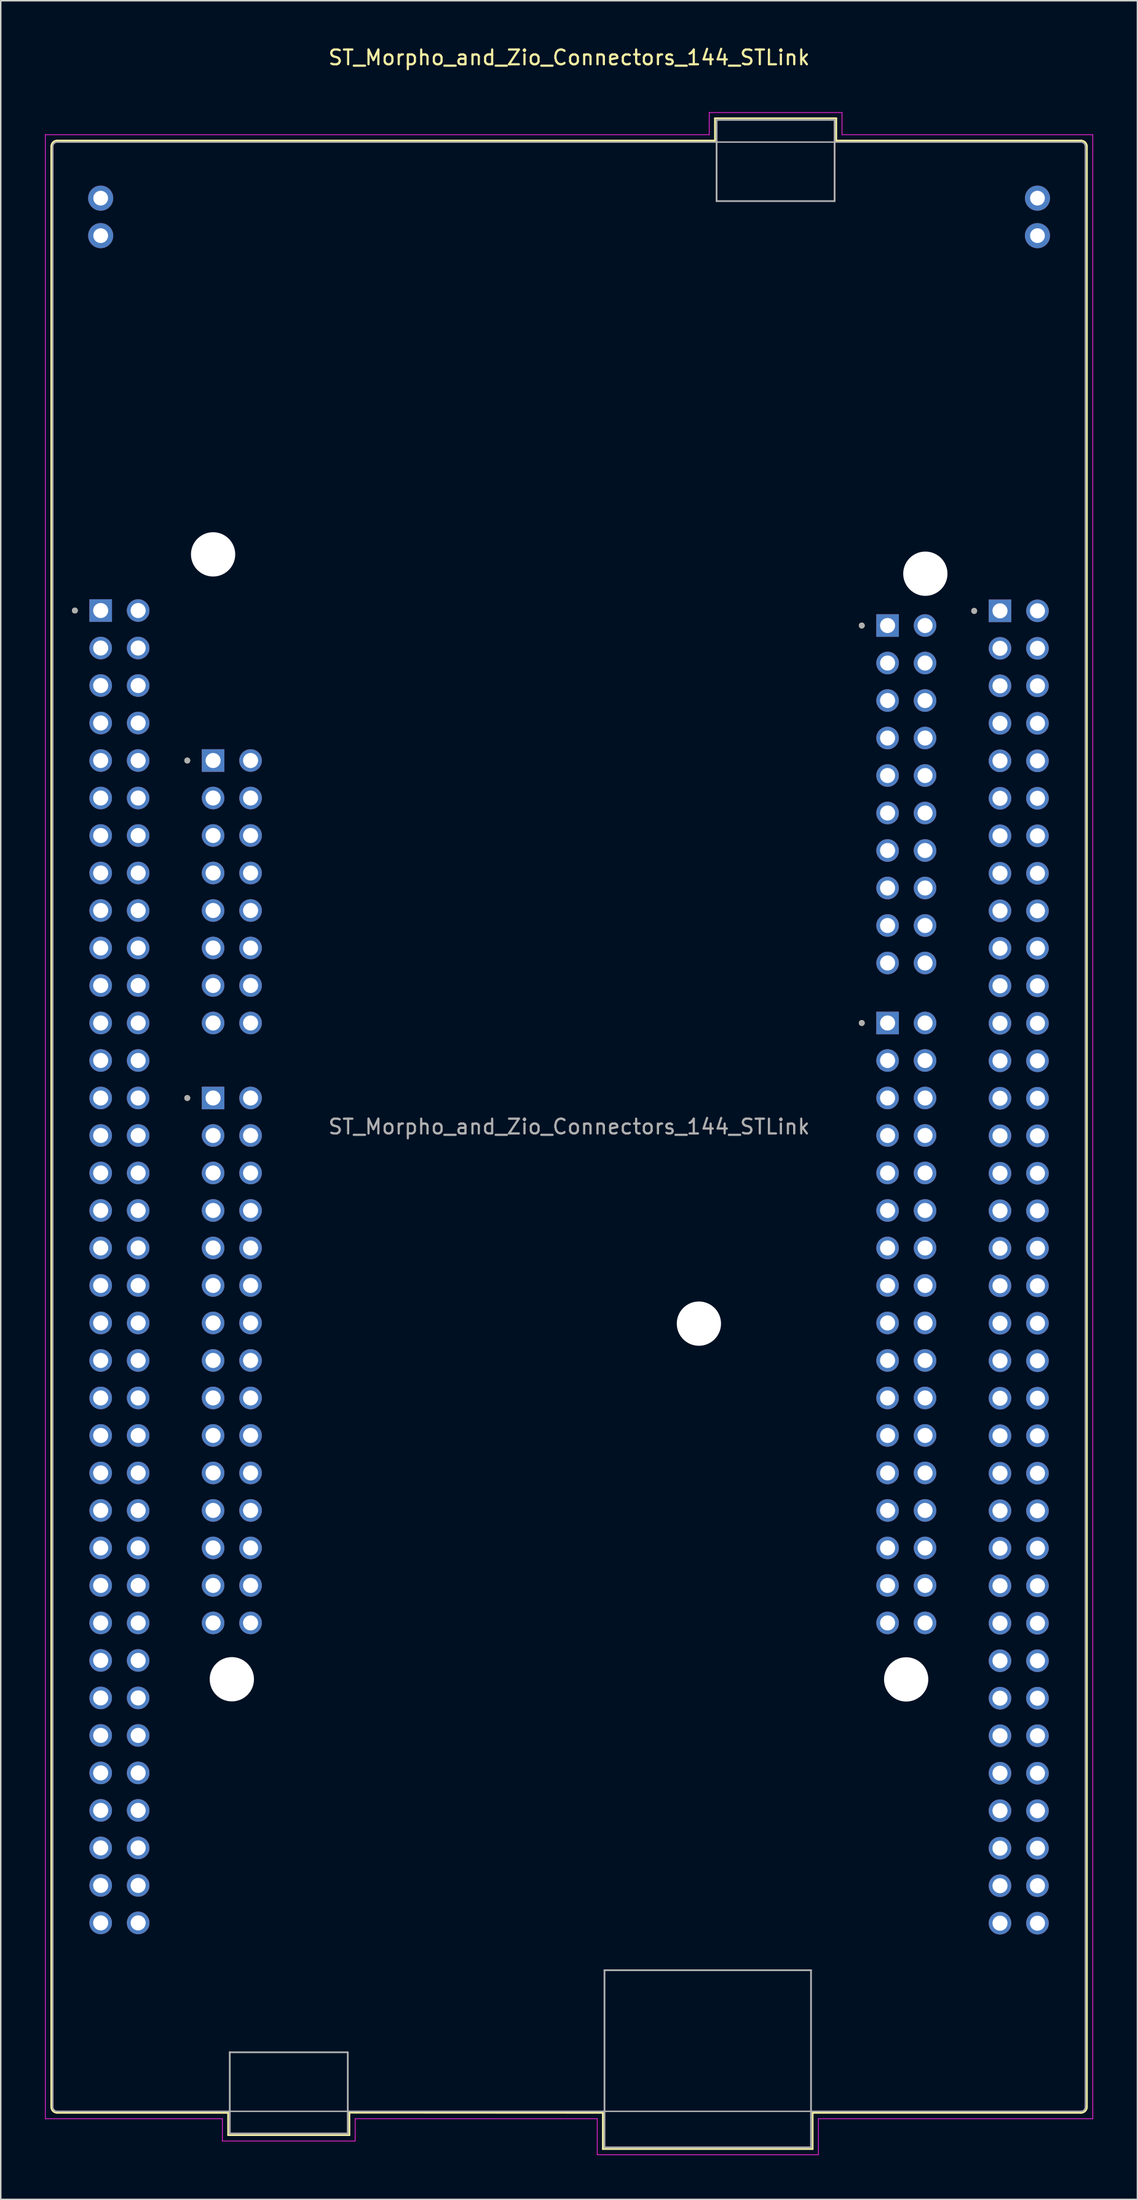
<source format=kicad_pcb>
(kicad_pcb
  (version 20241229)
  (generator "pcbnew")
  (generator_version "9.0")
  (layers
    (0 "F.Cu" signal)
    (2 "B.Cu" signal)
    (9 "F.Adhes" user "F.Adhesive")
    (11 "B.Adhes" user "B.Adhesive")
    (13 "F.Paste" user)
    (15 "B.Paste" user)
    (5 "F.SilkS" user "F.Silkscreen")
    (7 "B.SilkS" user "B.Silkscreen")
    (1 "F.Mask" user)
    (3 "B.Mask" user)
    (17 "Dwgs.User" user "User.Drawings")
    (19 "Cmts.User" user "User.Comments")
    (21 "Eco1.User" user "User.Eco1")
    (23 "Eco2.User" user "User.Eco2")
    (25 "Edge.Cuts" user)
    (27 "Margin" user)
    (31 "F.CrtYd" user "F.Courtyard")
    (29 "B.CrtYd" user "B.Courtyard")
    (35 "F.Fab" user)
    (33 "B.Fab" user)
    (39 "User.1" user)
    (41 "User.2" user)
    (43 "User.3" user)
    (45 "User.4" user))
  (footprint "ST_Morpho_and_Zio_Connectors_144_STLink"
    (layer "F.Cu")
    (at 3.775 38.313)
    (property "Reference" "ST_Morpho_and_Zio_Connectors_144_STLink" (at 31.75 -37.465 0) (layer "F.SilkS") (effects (font (size 1 1) (thickness 0.15))))
    (attr through_hole)
    (fp_line (start -3.35 -31.44) (end -3.35 101.36) (stroke (width 0.12) (type solid)) (layer "F.SilkS"))
    (fp_line (start 8.64 101.76) (end -2.95 101.76) (stroke (width 0.12) (type solid)) (layer "F.SilkS"))
    (fp_line (start 8.64 101.76) (end 8.64 103.27) (stroke (width 0.12) (type solid)) (layer "F.SilkS"))
    (fp_line (start 8.64 103.27) (end 16.86 103.27) (stroke (width 0.12) (type solid)) (layer "F.SilkS"))
    (fp_line (start 16.86 103.27) (end 16.86 101.75) (stroke (width 0.12) (type solid)) (layer "F.SilkS"))
    (fp_line (start 34.04 101.76) (end 16.86 101.75) (stroke (width 0.12) (type solid)) (layer "F.SilkS"))
    (fp_line (start 34.04 104.21) (end 34.04 101.76) (stroke (width 0.12) (type solid)) (layer "F.SilkS"))
    (fp_line (start 41.64 -33.35) (end 49.86 -33.35) (stroke (width 0.12) (type solid)) (layer "F.SilkS"))
    (fp_line (start 41.64 -31.84) (end -2.95 -31.84) (stroke (width 0.12) (type solid)) (layer "F.SilkS"))
    (fp_line (start 41.64 -31.84) (end 41.64 -33.35) (stroke (width 0.12) (type solid)) (layer "F.SilkS"))
    (fp_line (start 48.26 101.76) (end 48.26 104.21) (stroke (width 0.12) (type solid)) (layer "F.SilkS"))
    (fp_line (start 48.26 101.76) (end 66.45 101.76) (stroke (width 0.12) (type solid)) (layer "F.SilkS"))
    (fp_line (start 48.26 104.21) (end 34.04 104.21) (stroke (width 0.12) (type solid)) (layer "F.SilkS"))
    (fp_line (start 49.86 -33.35) (end 49.86 -31.84) (stroke (width 0.12) (type solid)) (layer "F.SilkS"))
    (fp_line (start 49.86 -31.84) (end 66.45 -31.84) (stroke (width 0.12) (type solid)) (layer "F.SilkS"))
    (fp_line (start 66.85 101.36) (end 66.85 -31.44) (stroke (width 0.12) (type solid)) (layer "F.SilkS"))
    (fp_arc (start -3.35 -31.44) (mid -3.232843 -31.722843) (end -2.95 -31.84) (stroke (width 0.12) (type solid)) (layer "F.SilkS"))
    (fp_arc (start -2.95 101.76) (mid -3.232843 101.642843) (end -3.35 101.36) (stroke (width 0.12) (type solid)) (layer "F.SilkS"))
    (fp_arc (start 66.45 -31.84) (mid 66.732843 -31.722843) (end 66.85 -31.44) (stroke (width 0.12) (type solid)) (layer "F.SilkS"))
    (fp_arc (start 66.85 101.36) (mid 66.732843 101.642843) (end 66.45 101.76) (stroke (width 0.12) (type solid)) (layer "F.SilkS"))
    (fp_circle (center -1.75 -0.005) (end -1.65 -0.005) (stroke (width 0.2) (type solid)) (fill no) (layer "F.SilkS"))
    (fp_circle (center 5.87 10.155) (end 5.97 10.155) (stroke (width 0.2) (type solid)) (fill no) (layer "F.SilkS"))
    (fp_circle (center 5.87 33.015) (end 5.97 33.015) (stroke (width 0.2) (type solid)) (fill no) (layer "F.SilkS"))
    (fp_circle (center 51.59 1.011) (end 51.69 1.011) (stroke (width 0.2) (type solid)) (fill no) (layer "F.SilkS"))
    (fp_circle (center 51.59 27.935) (end 51.69 27.935) (stroke (width 0.2) (type solid)) (fill no) (layer "F.SilkS"))
    (fp_circle (center 59.21 0.02) (end 59.31 0.02) (stroke (width 0.2) (type solid)) (fill no) (layer "F.SilkS"))
    (fp_line (start -3.75 -32.24) (end -3.75 102.16) (stroke (width 0.05) (type solid)) (layer "F.CrtYd"))
    (fp_line (start -3.75 102.16) (end 8.25 102.16) (stroke (width 0.05) (type solid)) (layer "F.CrtYd"))
    (fp_line (start 8.25 102.16) (end 8.25 103.67) (stroke (width 0.05) (type solid)) (layer "F.CrtYd"))
    (fp_line (start 8.25 103.67) (end 17.25 103.67) (stroke (width 0.05) (type solid)) (layer "F.CrtYd"))
    (fp_line (start 17.25 102.16) (end 17.25 103.67) (stroke (width 0.05) (type solid)) (layer "F.CrtYd"))
    (fp_line (start 17.25 102.16) (end 33.66 102.16) (stroke (width 0.05) (type solid)) (layer "F.CrtYd"))
    (fp_line (start 33.66 104.6) (end 33.66 102.16) (stroke (width 0.05) (type solid)) (layer "F.CrtYd"))
    (fp_line (start 33.66 104.6) (end 48.65 104.6) (stroke (width 0.05) (type solid)) (layer "F.CrtYd"))
    (fp_line (start 41.25 -33.74) (end 50.25 -33.74) (stroke (width 0.05) (type solid)) (layer "F.CrtYd"))
    (fp_line (start 41.25 -32.24) (end -3.75 -32.24) (stroke (width 0.05) (type solid)) (layer "F.CrtYd"))
    (fp_line (start 41.25 -32.24) (end 41.25 -33.74) (stroke (width 0.05) (type solid)) (layer "F.CrtYd"))
    (fp_line (start 48.65 102.16) (end 48.65 104.6) (stroke (width 0.05) (type solid)) (layer "F.CrtYd"))
    (fp_line (start 50.25 -32.24) (end 50.25 -33.74) (stroke (width 0.05) (type solid)) (layer "F.CrtYd"))
    (fp_line (start 50.25 -32.24) (end 67.25 -32.24) (stroke (width 0.05) (type solid)) (layer "F.CrtYd"))
    (fp_line (start 67.25 102.16) (end 48.65 102.16) (stroke (width 0.05) (type solid)) (layer "F.CrtYd"))
    (fp_line (start 67.25 102.16) (end 67.25 -32.24) (stroke (width 0.05) (type solid)) (layer "F.CrtYd"))
    (fp_line (start -3.25 101.36) (end -3.25 -31.44) (stroke (width 0.1) (type solid)) (layer "F.Fab"))
    (fp_line (start 8.75 97.66) (end 16.75 97.66) (stroke (width 0.12) (type solid)) (layer "F.Fab"))
    (fp_line (start 8.75 103.16) (end 8.75 97.65) (stroke (width 0.12) (type solid)) (layer "F.Fab"))
    (fp_line (start 8.75 103.16) (end 16.75 103.16) (stroke (width 0.12) (type solid)) (layer "F.Fab"))
    (fp_line (start 16.75 97.66) (end 16.75 103.16) (stroke (width 0.12) (type solid)) (layer "F.Fab"))
    (fp_line (start 34.15 92.1) (end 48.15 92.1) (stroke (width 0.12) (type solid)) (layer "F.Fab"))
    (fp_line (start 34.15 104.1) (end 34.15 92.1) (stroke (width 0.12) (type solid)) (layer "F.Fab"))
    (fp_line (start 34.15 104.1) (end 48.15 104.1) (stroke (width 0.12) (type solid)) (layer "F.Fab"))
    (fp_line (start 41.75 -33.24) (end 49.75 -33.24) (stroke (width 0.12) (type solid)) (layer "F.Fab"))
    (fp_line (start 41.75 -27.74) (end 41.75 -33.24) (stroke (width 0.12) (type solid)) (layer "F.Fab"))
    (fp_line (start 41.75 -27.74) (end 49.75 -27.74) (stroke (width 0.12) (type solid)) (layer "F.Fab"))
    (fp_line (start 48.15 104.1) (end 48.15 92.1) (stroke (width 0.12) (type solid)) (layer "F.Fab"))
    (fp_line (start 49.75 -33.24) (end 49.75 -27.74) (stroke (width 0.12) (type solid)) (layer "F.Fab"))
    (fp_line (start 66.45 -31.74) (end -2.95 -31.74) (stroke (width 0.1) (type solid)) (layer "F.Fab"))
    (fp_line (start 66.45 101.66) (end -2.95 101.66) (stroke (width 0.1) (type solid)) (layer "F.Fab"))
    (fp_line (start 66.75 101.36) (end 66.75 -31.44) (stroke (width 0.1) (type solid)) (layer "F.Fab"))
    (fp_arc (start -3.25 -31.44) (mid -3.162132 -31.652132) (end -2.95 -31.74) (stroke (width 0.1) (type solid)) (layer "F.Fab"))
    (fp_arc (start -2.95 101.66) (mid -3.162132 101.572132) (end -3.25 101.36) (stroke (width 0.1) (type solid)) (layer "F.Fab"))
    (fp_arc (start 66.45 -31.74) (mid 66.662132 -31.652132) (end 66.75 -31.44) (stroke (width 0.1) (type solid)) (layer "F.Fab"))
    (fp_arc (start 66.75 101.36) (mid 66.662132 101.572132) (end 66.45 101.66) (stroke (width 0.1) (type solid)) (layer "F.Fab"))
    (fp_circle (center -1.75 -0.005) (end -1.65 -0.005) (stroke (width 0.2) (type solid)) (fill no) (layer "F.Fab"))
    (fp_circle (center 5.87 10.155) (end 5.97 10.155) (stroke (width 0.2) (type solid)) (fill no) (layer "F.Fab"))
    (fp_circle (center 5.87 33.015) (end 5.97 33.015) (stroke (width 0.2) (type solid)) (fill no) (layer "F.Fab"))
    (fp_circle (center 51.59 1.011) (end 51.69 1.011) (stroke (width 0.2) (type solid)) (fill no) (layer "F.Fab"))
    (fp_circle (center 51.59 27.935) (end 51.69 27.935) (stroke (width 0.2) (type solid)) (fill no) (layer "F.Fab"))
    (fp_circle (center 59.21 0.02) (end 59.31 0.02) (stroke (width 0.2) (type solid)) (fill no) (layer "F.Fab"))
    (fp_text user "${REFERENCE}" (at 31.75 34.96 0) (layer "F.Fab") (effects (font (size 1 1) (thickness 0.15))))
    (pad "" np_thru_hole circle (at 7.62 -3.81) (size 3 3) (drill 3) (layers "*.Cu" "*.Mask"))
    (pad "" np_thru_hole circle (at 8.89 72.39) (size 3 3) (drill 3) (layers "*.Cu" "*.Mask"))
    (pad "" np_thru_hole circle (at 40.55 48.3) (size 3 3) (drill 3) (layers "*.Cu" "*.Mask"))
    (pad "" np_thru_hole circle (at 54.6 72.4) (size 3 3) (drill 3) (layers "*.Cu" "*.Mask"))
    (pad "" np_thru_hole circle (at 55.9 -2.5) (size 3 3) (drill 3) (layers "*.Cu" "*.Mask"))
    (pad "CN2_1" thru_hole circle (at 0 -27.94) (size 1.7 1.7) (drill 1) (layers "*.Cu" "*.Mask"))
    (pad "CN2_2" thru_hole circle (at 0 -25.4) (size 1.7 1.7) (drill 1) (layers "*.Cu" "*.Mask"))
    (pad "CN3_1" thru_hole circle (at 63.5 -27.94) (size 1.7 1.7) (drill 1) (layers "*.Cu" "*.Mask"))
    (pad "CN3_2" thru_hole circle (at 63.5 -25.4) (size 1.7 1.7) (drill 1) (layers "*.Cu" "*.Mask"))
    (pad "CN7_1" thru_hole rect (at 53.34 1.011) (size 1.53 1.53) (drill 1.02) (layers "*.Cu" "*.Mask"))
    (pad "CN7_2" thru_hole circle (at 55.88 1.011) (size 1.53 1.53) (drill 1.02) (layers "*.Cu" "*.Mask"))
    (pad "CN7_3" thru_hole circle (at 53.34 3.551) (size 1.53 1.53) (drill 1.02) (layers "*.Cu" "*.Mask"))
    (pad "CN7_4" thru_hole circle (at 55.88 3.551) (size 1.53 1.53) (drill 1.02) (layers "*.Cu" "*.Mask"))
    (pad "CN7_5" thru_hole circle (at 53.34 6.091) (size 1.53 1.53) (drill 1.02) (layers "*.Cu" "*.Mask"))
    (pad "CN7_6" thru_hole circle (at 55.88 6.091) (size 1.53 1.53) (drill 1.02) (layers "*.Cu" "*.Mask"))
    (pad "CN7_7" thru_hole circle (at 53.34 8.631) (size 1.53 1.53) (drill 1.02) (layers "*.Cu" "*.Mask"))
    (pad "CN7_8" thru_hole circle (at 55.88 8.631) (size 1.53 1.53) (drill 1.02) (layers "*.Cu" "*.Mask"))
    (pad "CN7_9" thru_hole circle (at 53.34 11.171) (size 1.53 1.53) (drill 1.02) (layers "*.Cu" "*.Mask"))
    (pad "CN7_10" thru_hole circle (at 55.88 11.171) (size 1.53 1.53) (drill 1.02) (layers "*.Cu" "*.Mask"))
    (pad "CN7_11" thru_hole circle (at 53.34 13.711) (size 1.53 1.53) (drill 1.02) (layers "*.Cu" "*.Mask"))
    (pad "CN7_12" thru_hole circle (at 55.88 13.711) (size 1.53 1.53) (drill 1.02) (layers "*.Cu" "*.Mask"))
    (pad "CN7_13" thru_hole circle (at 53.34 16.251) (size 1.53 1.53) (drill 1.02) (layers "*.Cu" "*.Mask"))
    (pad "CN7_14" thru_hole circle (at 55.88 16.251) (size 1.53 1.53) (drill 1.02) (layers "*.Cu" "*.Mask"))
    (pad "CN7_15" thru_hole circle (at 53.34 18.791) (size 1.53 1.53) (drill 1.02) (layers "*.Cu" "*.Mask"))
    (pad "CN7_16" thru_hole circle (at 55.88 18.791) (size 1.53 1.53) (drill 1.02) (layers "*.Cu" "*.Mask"))
    (pad "CN7_17" thru_hole circle (at 53.34 21.331) (size 1.53 1.53) (drill 1.02) (layers "*.Cu" "*.Mask"))
    (pad "CN7_18" thru_hole circle (at 55.88 21.331) (size 1.53 1.53) (drill 1.02) (layers "*.Cu" "*.Mask"))
    (pad "CN7_19" thru_hole circle (at 53.34 23.871) (size 1.53 1.53) (drill 1.02) (layers "*.Cu" "*.Mask"))
    (pad "CN7_20" thru_hole circle (at 55.88 23.871) (size 1.53 1.53) (drill 1.02) (layers "*.Cu" "*.Mask"))
    (pad "CN8_1" thru_hole rect (at 7.62 10.155) (size 1.53 1.53) (drill 1.02) (layers "*.Cu" "*.Mask"))
    (pad "CN8_2" thru_hole circle (at 10.16 10.155) (size 1.53 1.53) (drill 1.02) (layers "*.Cu" "*.Mask"))
    (pad "CN8_3" thru_hole circle (at 7.62 12.695) (size 1.53 1.53) (drill 1.02) (layers "*.Cu" "*.Mask"))
    (pad "CN8_4" thru_hole circle (at 10.16 12.695) (size 1.53 1.53) (drill 1.02) (layers "*.Cu" "*.Mask"))
    (pad "CN8_5" thru_hole circle (at 7.62 15.235) (size 1.53 1.53) (drill 1.02) (layers "*.Cu" "*.Mask"))
    (pad "CN8_6" thru_hole circle (at 10.16 15.235) (size 1.53 1.53) (drill 1.02) (layers "*.Cu" "*.Mask"))
    (pad "CN8_7" thru_hole circle (at 7.62 17.775) (size 1.53 1.53) (drill 1.02) (layers "*.Cu" "*.Mask"))
    (pad "CN8_8" thru_hole circle (at 10.16 17.775) (size 1.53 1.53) (drill 1.02) (layers "*.Cu" "*.Mask"))
    (pad "CN8_9" thru_hole circle (at 7.62 20.315) (size 1.53 1.53) (drill 1.02) (layers "*.Cu" "*.Mask"))
    (pad "CN8_10" thru_hole circle (at 10.16 20.315) (size 1.53 1.53) (drill 1.02) (layers "*.Cu" "*.Mask"))
    (pad "CN8_11" thru_hole circle (at 7.62 22.855) (size 1.53 1.53) (drill 1.02) (layers "*.Cu" "*.Mask"))
    (pad "CN8_12" thru_hole circle (at 10.16 22.855) (size 1.53 1.53) (drill 1.02) (layers "*.Cu" "*.Mask"))
    (pad "CN8_13" thru_hole circle (at 7.62 25.395) (size 1.53 1.53) (drill 1.02) (layers "*.Cu" "*.Mask"))
    (pad "CN8_14" thru_hole circle (at 10.16 25.395) (size 1.53 1.53) (drill 1.02) (layers "*.Cu" "*.Mask"))
    (pad "CN8_15" thru_hole circle (at 7.62 27.935) (size 1.53 1.53) (drill 1.02) (layers "*.Cu" "*.Mask"))
    (pad "CN8_16" thru_hole circle (at 10.16 27.935) (size 1.53 1.53) (drill 1.02) (layers "*.Cu" "*.Mask"))
    (pad "CN9_1" thru_hole rect (at 7.62 33.015) (size 1.53 1.53) (drill 1.02) (layers "*.Cu" "*.Mask"))
    (pad "CN9_2" thru_hole circle (at 10.16 33.015) (size 1.53 1.53) (drill 1.02) (layers "*.Cu" "*.Mask"))
    (pad "CN9_3" thru_hole circle (at 7.62 35.555) (size 1.53 1.53) (drill 1.02) (layers "*.Cu" "*.Mask"))
    (pad "CN9_4" thru_hole circle (at 10.16 35.555) (size 1.53 1.53) (drill 1.02) (layers "*.Cu" "*.Mask"))
    (pad "CN9_5" thru_hole circle (at 7.62 38.095) (size 1.53 1.53) (drill 1.02) (layers "*.Cu" "*.Mask"))
    (pad "CN9_6" thru_hole circle (at 10.16 38.095) (size 1.53 1.53) (drill 1.02) (layers "*.Cu" "*.Mask"))
    (pad "CN9_7" thru_hole circle (at 7.62 40.635) (size 1.53 1.53) (drill 1.02) (layers "*.Cu" "*.Mask"))
    (pad "CN9_8" thru_hole circle (at 10.16 40.635) (size 1.53 1.53) (drill 1.02) (layers "*.Cu" "*.Mask"))
    (pad "CN9_9" thru_hole circle (at 7.62 43.175) (size 1.53 1.53) (drill 1.02) (layers "*.Cu" "*.Mask"))
    (pad "CN9_10" thru_hole circle (at 10.16 43.175) (size 1.53 1.53) (drill 1.02) (layers "*.Cu" "*.Mask"))
    (pad "CN9_11" thru_hole circle (at 7.62 45.715) (size 1.53 1.53) (drill 1.02) (layers "*.Cu" "*.Mask"))
    (pad "CN9_12" thru_hole circle (at 10.16 45.715) (size 1.53 1.53) (drill 1.02) (layers "*.Cu" "*.Mask"))
    (pad "CN9_13" thru_hole circle (at 7.62 48.255) (size 1.53 1.53) (drill 1.02) (layers "*.Cu" "*.Mask"))
    (pad "CN9_14" thru_hole circle (at 10.16 48.255) (size 1.53 1.53) (drill 1.02) (layers "*.Cu" "*.Mask"))
    (pad "CN9_15" thru_hole circle (at 7.62 50.795) (size 1.53 1.53) (drill 1.02) (layers "*.Cu" "*.Mask"))
    (pad "CN9_16" thru_hole circle (at 10.16 50.795) (size 1.53 1.53) (drill 1.02) (layers "*.Cu" "*.Mask"))
    (pad "CN9_17" thru_hole circle (at 7.62 53.335) (size 1.53 1.53) (drill 1.02) (layers "*.Cu" "*.Mask"))
    (pad "CN9_18" thru_hole circle (at 10.16 53.335) (size 1.53 1.53) (drill 1.02) (layers "*.Cu" "*.Mask"))
    (pad "CN9_19" thru_hole circle (at 7.62 55.875) (size 1.53 1.53) (drill 1.02) (layers "*.Cu" "*.Mask"))
    (pad "CN9_20" thru_hole circle (at 10.16 55.875) (size 1.53 1.53) (drill 1.02) (layers "*.Cu" "*.Mask"))
    (pad "CN9_21" thru_hole circle (at 7.62 58.415) (size 1.53 1.53) (drill 1.02) (layers "*.Cu" "*.Mask"))
    (pad "CN9_22" thru_hole circle (at 10.16 58.415) (size 1.53 1.53) (drill 1.02) (layers "*.Cu" "*.Mask"))
    (pad "CN9_23" thru_hole circle (at 7.62 60.955) (size 1.53 1.53) (drill 1.02) (layers "*.Cu" "*.Mask"))
    (pad "CN9_24" thru_hole circle (at 10.16 60.955) (size 1.53 1.53) (drill 1.02) (layers "*.Cu" "*.Mask"))
    (pad "CN9_25" thru_hole circle (at 7.62 63.495) (size 1.53 1.53) (drill 1.02) (layers "*.Cu" "*.Mask"))
    (pad "CN9_26" thru_hole circle (at 10.16 63.495) (size 1.53 1.53) (drill 1.02) (layers "*.Cu" "*.Mask"))
    (pad "CN9_27" thru_hole circle (at 7.62 66.035) (size 1.53 1.53) (drill 1.02) (layers "*.Cu" "*.Mask"))
    (pad "CN9_28" thru_hole circle (at 10.16 66.035) (size 1.53 1.53) (drill 1.02) (layers "*.Cu" "*.Mask"))
    (pad "CN9_29" thru_hole circle (at 7.62 68.575) (size 1.53 1.53) (drill 1.02) (layers "*.Cu" "*.Mask"))
    (pad "CN9_30" thru_hole circle (at 10.16 68.575) (size 1.53 1.53) (drill 1.02) (layers "*.Cu" "*.Mask"))
    (pad "CN10_1" thru_hole rect (at 53.34 27.935) (size 1.53 1.53) (drill 1.02) (layers "*.Cu" "*.Mask"))
    (pad "CN10_2" thru_hole circle (at 55.88 27.935) (size 1.53 1.53) (drill 1.02) (layers "*.Cu" "*.Mask"))
    (pad "CN10_3" thru_hole circle (at 53.34 30.475) (size 1.53 1.53) (drill 1.02) (layers "*.Cu" "*.Mask"))
    (pad "CN10_4" thru_hole circle (at 55.88 30.475) (size 1.53 1.53) (drill 1.02) (layers "*.Cu" "*.Mask"))
    (pad "CN10_5" thru_hole circle (at 53.34 33.015) (size 1.53 1.53) (drill 1.02) (layers "*.Cu" "*.Mask"))
    (pad "CN10_6" thru_hole circle (at 55.88 33.015) (size 1.53 1.53) (drill 1.02) (layers "*.Cu" "*.Mask"))
    (pad "CN10_7" thru_hole circle (at 53.34 35.555) (size 1.53 1.53) (drill 1.02) (layers "*.Cu" "*.Mask"))
    (pad "CN10_8" thru_hole circle (at 55.88 35.555) (size 1.53 1.53) (drill 1.02) (layers "*.Cu" "*.Mask"))
    (pad "CN10_9" thru_hole circle (at 53.34 38.095) (size 1.53 1.53) (drill 1.02) (layers "*.Cu" "*.Mask"))
    (pad "CN10_10" thru_hole circle (at 55.88 38.095) (size 1.53 1.53) (drill 1.02) (layers "*.Cu" "*.Mask"))
    (pad "CN10_11" thru_hole circle (at 53.34 40.635) (size 1.53 1.53) (drill 1.02) (layers "*.Cu" "*.Mask"))
    (pad "CN10_12" thru_hole circle (at 55.88 40.635) (size 1.53 1.53) (drill 1.02) (layers "*.Cu" "*.Mask"))
    (pad "CN10_13" thru_hole circle (at 53.34 43.175) (size 1.53 1.53) (drill 1.02) (layers "*.Cu" "*.Mask"))
    (pad "CN10_14" thru_hole circle (at 55.88 43.175) (size 1.53 1.53) (drill 1.02) (layers "*.Cu" "*.Mask"))
    (pad "CN10_15" thru_hole circle (at 53.34 45.715) (size 1.53 1.53) (drill 1.02) (layers "*.Cu" "*.Mask"))
    (pad "CN10_16" thru_hole circle (at 55.88 45.715) (size 1.53 1.53) (drill 1.02) (layers "*.Cu" "*.Mask"))
    (pad "CN10_17" thru_hole circle (at 53.34 48.255) (size 1.53 1.53) (drill 1.02) (layers "*.Cu" "*.Mask"))
    (pad "CN10_18" thru_hole circle (at 55.88 48.255) (size 1.53 1.53) (drill 1.02) (layers "*.Cu" "*.Mask"))
    (pad "CN10_19" thru_hole circle (at 53.34 50.795) (size 1.53 1.53) (drill 1.02) (layers "*.Cu" "*.Mask"))
    (pad "CN10_20" thru_hole circle (at 55.88 50.795) (size 1.53 1.53) (drill 1.02) (layers "*.Cu" "*.Mask"))
    (pad "CN10_21" thru_hole circle (at 53.34 53.335) (size 1.53 1.53) (drill 1.02) (layers "*.Cu" "*.Mask"))
    (pad "CN10_22" thru_hole circle (at 55.88 53.335) (size 1.53 1.53) (drill 1.02) (layers "*.Cu" "*.Mask"))
    (pad "CN10_23" thru_hole circle (at 53.34 55.875) (size 1.53 1.53) (drill 1.02) (layers "*.Cu" "*.Mask"))
    (pad "CN10_24" thru_hole circle (at 55.88 55.875) (size 1.53 1.53) (drill 1.02) (layers "*.Cu" "*.Mask"))
    (pad "CN10_25" thru_hole circle (at 53.34 58.415) (size 1.53 1.53) (drill 1.02) (layers "*.Cu" "*.Mask"))
    (pad "CN10_26" thru_hole circle (at 55.88 58.415) (size 1.53 1.53) (drill 1.02) (layers "*.Cu" "*.Mask"))
    (pad "CN10_27" thru_hole circle (at 53.34 60.955) (size 1.53 1.53) (drill 1.02) (layers "*.Cu" "*.Mask"))
    (pad "CN10_28" thru_hole circle (at 55.88 60.955) (size 1.53 1.53) (drill 1.02) (layers "*.Cu" "*.Mask"))
    (pad "CN10_29" thru_hole circle (at 53.34 63.495) (size 1.53 1.53) (drill 1.02) (layers "*.Cu" "*.Mask"))
    (pad "CN10_30" thru_hole circle (at 55.88 63.495) (size 1.53 1.53) (drill 1.02) (layers "*.Cu" "*.Mask"))
    (pad "CN10_31" thru_hole circle (at 53.34 66.035) (size 1.53 1.53) (drill 1.02) (layers "*.Cu" "*.Mask"))
    (pad "CN10_32" thru_hole circle (at 55.88 66.035) (size 1.53 1.53) (drill 1.02) (layers "*.Cu" "*.Mask"))
    (pad "CN10_33" thru_hole circle (at 53.34 68.575) (size 1.53 1.53) (drill 1.02) (layers "*.Cu" "*.Mask"))
    (pad "CN10_34" thru_hole circle (at 55.88 68.575) (size 1.53 1.53) (drill 1.02) (layers "*.Cu" "*.Mask"))
    (pad "CN11_1" thru_hole rect (at 0 -0.005) (size 1.53 1.53) (drill 1.02) (layers "*.Cu" "*.Mask"))
    (pad "CN11_2" thru_hole circle (at 2.54 -0.005) (size 1.53 1.53) (drill 1.02) (layers "*.Cu" "*.Mask"))
    (pad "CN11_3" thru_hole circle (at 0 2.535) (size 1.53 1.53) (drill 1.02) (layers "*.Cu" "*.Mask"))
    (pad "CN11_4" thru_hole circle (at 2.54 2.535) (size 1.53 1.53) (drill 1.02) (layers "*.Cu" "*.Mask"))
    (pad "CN11_5" thru_hole circle (at 0 5.075) (size 1.53 1.53) (drill 1.02) (layers "*.Cu" "*.Mask"))
    (pad "CN11_6" thru_hole circle (at 2.54 5.075) (size 1.53 1.53) (drill 1.02) (layers "*.Cu" "*.Mask"))
    (pad "CN11_7" thru_hole circle (at 0 7.615) (size 1.53 1.53) (drill 1.02) (layers "*.Cu" "*.Mask"))
    (pad "CN11_8" thru_hole circle (at 2.54 7.615) (size 1.53 1.53) (drill 1.02) (layers "*.Cu" "*.Mask"))
    (pad "CN11_9" thru_hole circle (at 0 10.155) (size 1.53 1.53) (drill 1.02) (layers "*.Cu" "*.Mask"))
    (pad "CN11_10" thru_hole circle (at 2.54 10.155) (size 1.53 1.53) (drill 1.02) (layers "*.Cu" "*.Mask"))
    (pad "CN11_11" thru_hole circle (at 0 12.695) (size 1.53 1.53) (drill 1.02) (layers "*.Cu" "*.Mask"))
    (pad "CN11_12" thru_hole circle (at 2.54 12.695) (size 1.53 1.53) (drill 1.02) (layers "*.Cu" "*.Mask"))
    (pad "CN11_13" thru_hole circle (at 0 15.235) (size 1.53 1.53) (drill 1.02) (layers "*.Cu" "*.Mask"))
    (pad "CN11_14" thru_hole circle (at 2.54 15.235) (size 1.53 1.53) (drill 1.02) (layers "*.Cu" "*.Mask"))
    (pad "CN11_15" thru_hole circle (at 0 17.775) (size 1.53 1.53) (drill 1.02) (layers "*.Cu" "*.Mask"))
    (pad "CN11_16" thru_hole circle (at 2.54 17.775) (size 1.53 1.53) (drill 1.02) (layers "*.Cu" "*.Mask"))
    (pad "CN11_17" thru_hole circle (at 0 20.315) (size 1.53 1.53) (drill 1.02) (layers "*.Cu" "*.Mask"))
    (pad "CN11_18" thru_hole circle (at 2.54 20.315) (size 1.53 1.53) (drill 1.02) (layers "*.Cu" "*.Mask"))
    (pad "CN11_19" thru_hole circle (at 0 22.855) (size 1.53 1.53) (drill 1.02) (layers "*.Cu" "*.Mask"))
    (pad "CN11_20" thru_hole circle (at 2.54 22.855) (size 1.53 1.53) (drill 1.02) (layers "*.Cu" "*.Mask"))
    (pad "CN11_21" thru_hole circle (at 0 25.395) (size 1.53 1.53) (drill 1.02) (layers "*.Cu" "*.Mask"))
    (pad "CN11_22" thru_hole circle (at 2.54 25.395) (size 1.53 1.53) (drill 1.02) (layers "*.Cu" "*.Mask"))
    (pad "CN11_23" thru_hole circle (at 0 27.935) (size 1.53 1.53) (drill 1.02) (layers "*.Cu" "*.Mask"))
    (pad "CN11_24" thru_hole circle (at 2.54 27.935) (size 1.53 1.53) (drill 1.02) (layers "*.Cu" "*.Mask"))
    (pad "CN11_25" thru_hole circle (at 0 30.475) (size 1.53 1.53) (drill 1.02) (layers "*.Cu" "*.Mask"))
    (pad "CN11_26" thru_hole circle (at 2.54 30.475) (size 1.53 1.53) (drill 1.02) (layers "*.Cu" "*.Mask"))
    (pad "CN11_27" thru_hole circle (at 0 33.015) (size 1.53 1.53) (drill 1.02) (layers "*.Cu" "*.Mask"))
    (pad "CN11_28" thru_hole circle (at 2.54 33.015) (size 1.53 1.53) (drill 1.02) (layers "*.Cu" "*.Mask"))
    (pad "CN11_29" thru_hole circle (at 0 35.555) (size 1.53 1.53) (drill 1.02) (layers "*.Cu" "*.Mask"))
    (pad "CN11_30" thru_hole circle (at 2.54 35.555) (size 1.53 1.53) (drill 1.02) (layers "*.Cu" "*.Mask"))
    (pad "CN11_31" thru_hole circle (at 0 38.095) (size 1.53 1.53) (drill 1.02) (layers "*.Cu" "*.Mask"))
    (pad "CN11_32" thru_hole circle (at 2.54 38.095) (size 1.53 1.53) (drill 1.02) (layers "*.Cu" "*.Mask"))
    (pad "CN11_33" thru_hole circle (at 0 40.635) (size 1.53 1.53) (drill 1.02) (layers "*.Cu" "*.Mask"))
    (pad "CN11_34" thru_hole circle (at 2.54 40.635) (size 1.53 1.53) (drill 1.02) (layers "*.Cu" "*.Mask"))
    (pad "CN11_35" thru_hole circle (at 0 43.175) (size 1.53 1.53) (drill 1.02) (layers "*.Cu" "*.Mask"))
    (pad "CN11_36" thru_hole circle (at 2.54 43.175) (size 1.53 1.53) (drill 1.02) (layers "*.Cu" "*.Mask"))
    (pad "CN11_37" thru_hole circle (at 0 45.715) (size 1.53 1.53) (drill 1.02) (layers "*.Cu" "*.Mask"))
    (pad "CN11_38" thru_hole circle (at 2.54 45.715) (size 1.53 1.53) (drill 1.02) (layers "*.Cu" "*.Mask"))
    (pad "CN11_39" thru_hole circle (at 0 48.255) (size 1.53 1.53) (drill 1.02) (layers "*.Cu" "*.Mask"))
    (pad "CN11_40" thru_hole circle (at 2.54 48.255) (size 1.53 1.53) (drill 1.02) (layers "*.Cu" "*.Mask"))
    (pad "CN11_41" thru_hole circle (at 0 50.795) (size 1.53 1.53) (drill 1.02) (layers "*.Cu" "*.Mask"))
    (pad "CN11_42" thru_hole circle (at 2.54 50.795) (size 1.53 1.53) (drill 1.02) (layers "*.Cu" "*.Mask"))
    (pad "CN11_43" thru_hole circle (at 0 53.335) (size 1.53 1.53) (drill 1.02) (layers "*.Cu" "*.Mask"))
    (pad "CN11_44" thru_hole circle (at 2.54 53.335) (size 1.53 1.53) (drill 1.02) (layers "*.Cu" "*.Mask"))
    (pad "CN11_45" thru_hole circle (at 0 55.875) (size 1.53 1.53) (drill 1.02) (layers "*.Cu" "*.Mask"))
    (pad "CN11_46" thru_hole circle (at 2.54 55.875) (size 1.53 1.53) (drill 1.02) (layers "*.Cu" "*.Mask"))
    (pad "CN11_47" thru_hole circle (at 0 58.415) (size 1.53 1.53) (drill 1.02) (layers "*.Cu" "*.Mask"))
    (pad "CN11_48" thru_hole circle (at 2.54 58.415) (size 1.53 1.53) (drill 1.02) (layers "*.Cu" "*.Mask"))
    (pad "CN11_49" thru_hole circle (at 0 60.955) (size 1.53 1.53) (drill 1.02) (layers "*.Cu" "*.Mask"))
    (pad "CN11_50" thru_hole circle (at 2.54 60.955) (size 1.53 1.53) (drill 1.02) (layers "*.Cu" "*.Mask"))
    (pad "CN11_51" thru_hole circle (at 0 63.495) (size 1.53 1.53) (drill 1.02) (layers "*.Cu" "*.Mask"))
    (pad "CN11_52" thru_hole circle (at 2.54 63.495) (size 1.53 1.53) (drill 1.02) (layers "*.Cu" "*.Mask"))
    (pad "CN11_53" thru_hole circle (at 0 66.035) (size 1.53 1.53) (drill 1.02) (layers "*.Cu" "*.Mask"))
    (pad "CN11_54" thru_hole circle (at 2.54 66.035) (size 1.53 1.53) (drill 1.02) (layers "*.Cu" "*.Mask"))
    (pad "CN11_55" thru_hole circle (at 0 68.575) (size 1.53 1.53) (drill 1.02) (layers "*.Cu" "*.Mask"))
    (pad "CN11_56" thru_hole circle (at 2.54 68.575) (size 1.53 1.53) (drill 1.02) (layers "*.Cu" "*.Mask"))
    (pad "CN11_57" thru_hole circle (at 0 71.115) (size 1.53 1.53) (drill 1.02) (layers "*.Cu" "*.Mask"))
    (pad "CN11_58" thru_hole circle (at 2.54 71.115) (size 1.53 1.53) (drill 1.02) (layers "*.Cu" "*.Mask"))
    (pad "CN11_59" thru_hole circle (at 0 73.655) (size 1.53 1.53) (drill 1.02) (layers "*.Cu" "*.Mask"))
    (pad "CN11_60" thru_hole circle (at 2.54 73.655) (size 1.53 1.53) (drill 1.02) (layers "*.Cu" "*.Mask"))
    (pad "CN11_61" thru_hole circle (at 0 76.195) (size 1.53 1.53) (drill 1.02) (layers "*.Cu" "*.Mask"))
    (pad "CN11_62" thru_hole circle (at 2.54 76.195) (size 1.53 1.53) (drill 1.02) (layers "*.Cu" "*.Mask"))
    (pad "CN11_63" thru_hole circle (at 0 78.735) (size 1.53 1.53) (drill 1.02) (layers "*.Cu" "*.Mask"))
    (pad "CN11_64" thru_hole circle (at 2.54 78.735) (size 1.53 1.53) (drill 1.02) (layers "*.Cu" "*.Mask"))
    (pad "CN11_65" thru_hole circle (at 0 81.275) (size 1.53 1.53) (drill 1.02) (layers "*.Cu" "*.Mask"))
    (pad "CN11_66" thru_hole circle (at 2.54 81.275) (size 1.53 1.53) (drill 1.02) (layers "*.Cu" "*.Mask"))
    (pad "CN11_67" thru_hole circle (at 0 83.815) (size 1.53 1.53) (drill 1.02) (layers "*.Cu" "*.Mask"))
    (pad "CN11_68" thru_hole circle (at 2.54 83.815) (size 1.53 1.53) (drill 1.02) (layers "*.Cu" "*.Mask"))
    (pad "CN11_69" thru_hole circle (at 0 86.355) (size 1.53 1.53) (drill 1.02) (layers "*.Cu" "*.Mask"))
    (pad "CN11_70" thru_hole circle (at 2.54 86.355) (size 1.53 1.53) (drill 1.02) (layers "*.Cu" "*.Mask"))
    (pad "CN11_71" thru_hole circle (at 0 88.895) (size 1.53 1.53) (drill 1.02) (layers "*.Cu" "*.Mask"))
    (pad "CN11_72" thru_hole circle (at 2.54 88.895) (size 1.53 1.53) (drill 1.02) (layers "*.Cu" "*.Mask"))
    (pad "CN12_1" thru_hole rect (at 60.96 0.015) (size 1.53 1.53) (drill 1.02) (layers "*.Cu" "*.Mask"))
    (pad "CN12_2" thru_hole circle (at 63.5 0.015) (size 1.53 1.53) (drill 1.02) (layers "*.Cu" "*.Mask"))
    (pad "CN12_3" thru_hole circle (at 60.96 2.555) (size 1.53 1.53) (drill 1.02) (layers "*.Cu" "*.Mask"))
    (pad "CN12_4" thru_hole circle (at 63.5 2.555) (size 1.53 1.53) (drill 1.02) (layers "*.Cu" "*.Mask"))
    (pad "CN12_5" thru_hole circle (at 60.96 5.095) (size 1.53 1.53) (drill 1.02) (layers "*.Cu" "*.Mask"))
    (pad "CN12_6" thru_hole circle (at 63.5 5.095) (size 1.53 1.53) (drill 1.02) (layers "*.Cu" "*.Mask"))
    (pad "CN12_7" thru_hole circle (at 60.96 7.635) (size 1.53 1.53) (drill 1.02) (layers "*.Cu" "*.Mask"))
    (pad "CN12_8" thru_hole circle (at 63.5 7.635) (size 1.53 1.53) (drill 1.02) (layers "*.Cu" "*.Mask"))
    (pad "CN12_9" thru_hole circle (at 60.96 10.175) (size 1.53 1.53) (drill 1.02) (layers "*.Cu" "*.Mask"))
    (pad "CN12_10" thru_hole circle (at 63.5 10.175) (size 1.53 1.53) (drill 1.02) (layers "*.Cu" "*.Mask"))
    (pad "CN12_11" thru_hole circle (at 60.96 12.715) (size 1.53 1.53) (drill 1.02) (layers "*.Cu" "*.Mask"))
    (pad "CN12_12" thru_hole circle (at 63.5 12.715) (size 1.53 1.53) (drill 1.02) (layers "*.Cu" "*.Mask"))
    (pad "CN12_13" thru_hole circle (at 60.96 15.255) (size 1.53 1.53) (drill 1.02) (layers "*.Cu" "*.Mask"))
    (pad "CN12_14" thru_hole circle (at 63.5 15.255) (size 1.53 1.53) (drill 1.02) (layers "*.Cu" "*.Mask"))
    (pad "CN12_15" thru_hole circle (at 60.96 17.795) (size 1.53 1.53) (drill 1.02) (layers "*.Cu" "*.Mask"))
    (pad "CN12_16" thru_hole circle (at 63.5 17.795) (size 1.53 1.53) (drill 1.02) (layers "*.Cu" "*.Mask"))
    (pad "CN12_17" thru_hole circle (at 60.96 20.335) (size 1.53 1.53) (drill 1.02) (layers "*.Cu" "*.Mask"))
    (pad "CN12_18" thru_hole circle (at 63.5 20.335) (size 1.53 1.53) (drill 1.02) (layers "*.Cu" "*.Mask"))
    (pad "CN12_19" thru_hole circle (at 60.96 22.875) (size 1.53 1.53) (drill 1.02) (layers "*.Cu" "*.Mask"))
    (pad "CN12_20" thru_hole circle (at 63.5 22.875) (size 1.53 1.53) (drill 1.02) (layers "*.Cu" "*.Mask"))
    (pad "CN12_21" thru_hole circle (at 60.96 25.415) (size 1.53 1.53) (drill 1.02) (layers "*.Cu" "*.Mask"))
    (pad "CN12_22" thru_hole circle (at 63.5 25.415) (size 1.53 1.53) (drill 1.02) (layers "*.Cu" "*.Mask"))
    (pad "CN12_23" thru_hole circle (at 60.96 27.955) (size 1.53 1.53) (drill 1.02) (layers "*.Cu" "*.Mask"))
    (pad "CN12_24" thru_hole circle (at 63.5 27.955) (size 1.53 1.53) (drill 1.02) (layers "*.Cu" "*.Mask"))
    (pad "CN12_25" thru_hole circle (at 60.96 30.495) (size 1.53 1.53) (drill 1.02) (layers "*.Cu" "*.Mask"))
    (pad "CN12_26" thru_hole circle (at 63.5 30.495) (size 1.53 1.53) (drill 1.02) (layers "*.Cu" "*.Mask"))
    (pad "CN12_27" thru_hole circle (at 60.96 33.035) (size 1.53 1.53) (drill 1.02) (layers "*.Cu" "*.Mask"))
    (pad "CN12_28" thru_hole circle (at 63.5 33.035) (size 1.53 1.53) (drill 1.02) (layers "*.Cu" "*.Mask"))
    (pad "CN12_29" thru_hole circle (at 60.96 35.575) (size 1.53 1.53) (drill 1.02) (layers "*.Cu" "*.Mask"))
    (pad "CN12_30" thru_hole circle (at 63.5 35.575) (size 1.53 1.53) (drill 1.02) (layers "*.Cu" "*.Mask"))
    (pad "CN12_31" thru_hole circle (at 60.96 38.115) (size 1.53 1.53) (drill 1.02) (layers "*.Cu" "*.Mask"))
    (pad "CN12_32" thru_hole circle (at 63.5 38.115) (size 1.53 1.53) (drill 1.02) (layers "*.Cu" "*.Mask"))
    (pad "CN12_33" thru_hole circle (at 60.96 40.655) (size 1.53 1.53) (drill 1.02) (layers "*.Cu" "*.Mask"))
    (pad "CN12_34" thru_hole circle (at 63.5 40.655) (size 1.53 1.53) (drill 1.02) (layers "*.Cu" "*.Mask"))
    (pad "CN12_35" thru_hole circle (at 60.96 43.195) (size 1.53 1.53) (drill 1.02) (layers "*.Cu" "*.Mask"))
    (pad "CN12_36" thru_hole circle (at 63.5 43.195) (size 1.53 1.53) (drill 1.02) (layers "*.Cu" "*.Mask"))
    (pad "CN12_37" thru_hole circle (at 60.96 45.735) (size 1.53 1.53) (drill 1.02) (layers "*.Cu" "*.Mask"))
    (pad "CN12_38" thru_hole circle (at 63.5 45.735) (size 1.53 1.53) (drill 1.02) (layers "*.Cu" "*.Mask"))
    (pad "CN12_39" thru_hole circle (at 60.96 48.275) (size 1.53 1.53) (drill 1.02) (layers "*.Cu" "*.Mask"))
    (pad "CN12_40" thru_hole circle (at 63.5 48.275) (size 1.53 1.53) (drill 1.02) (layers "*.Cu" "*.Mask"))
    (pad "CN12_41" thru_hole circle (at 60.96 50.815) (size 1.53 1.53) (drill 1.02) (layers "*.Cu" "*.Mask"))
    (pad "CN12_42" thru_hole circle (at 63.5 50.815) (size 1.53 1.53) (drill 1.02) (layers "*.Cu" "*.Mask"))
    (pad "CN12_43" thru_hole circle (at 60.96 53.355) (size 1.53 1.53) (drill 1.02) (layers "*.Cu" "*.Mask"))
    (pad "CN12_44" thru_hole circle (at 63.5 53.355) (size 1.53 1.53) (drill 1.02) (layers "*.Cu" "*.Mask"))
    (pad "CN12_45" thru_hole circle (at 60.96 55.895) (size 1.53 1.53) (drill 1.02) (layers "*.Cu" "*.Mask"))
    (pad "CN12_46" thru_hole circle (at 63.5 55.895) (size 1.53 1.53) (drill 1.02) (layers "*.Cu" "*.Mask"))
    (pad "CN12_47" thru_hole circle (at 60.96 58.435) (size 1.53 1.53) (drill 1.02) (layers "*.Cu" "*.Mask"))
    (pad "CN12_48" thru_hole circle (at 63.5 58.435) (size 1.53 1.53) (drill 1.02) (layers "*.Cu" "*.Mask"))
    (pad "CN12_49" thru_hole circle (at 60.96 60.975) (size 1.53 1.53) (drill 1.02) (layers "*.Cu" "*.Mask"))
    (pad "CN12_50" thru_hole circle (at 63.5 60.975) (size 1.53 1.53) (drill 1.02) (layers "*.Cu" "*.Mask"))
    (pad "CN12_51" thru_hole circle (at 60.96 63.515) (size 1.53 1.53) (drill 1.02) (layers "*.Cu" "*.Mask"))
    (pad "CN12_52" thru_hole circle (at 63.5 63.515) (size 1.53 1.53) (drill 1.02) (layers "*.Cu" "*.Mask"))
    (pad "CN12_53" thru_hole circle (at 60.96 66.055) (size 1.53 1.53) (drill 1.02) (layers "*.Cu" "*.Mask"))
    (pad "CN12_54" thru_hole circle (at 63.5 66.055) (size 1.53 1.53) (drill 1.02) (layers "*.Cu" "*.Mask"))
    (pad "CN12_55" thru_hole circle (at 60.96 68.595) (size 1.53 1.53) (drill 1.02) (layers "*.Cu" "*.Mask"))
    (pad "CN12_56" thru_hole circle (at 63.5 68.595) (size 1.53 1.53) (drill 1.02) (layers "*.Cu" "*.Mask"))
    (pad "CN12_57" thru_hole circle (at 60.96 71.135) (size 1.53 1.53) (drill 1.02) (layers "*.Cu" "*.Mask"))
    (pad "CN12_58" thru_hole circle (at 63.5 71.135) (size 1.53 1.53) (drill 1.02) (layers "*.Cu" "*.Mask"))
    (pad "CN12_59" thru_hole circle (at 60.96 73.675) (size 1.53 1.53) (drill 1.02) (layers "*.Cu" "*.Mask"))
    (pad "CN12_60" thru_hole circle (at 63.5 73.675) (size 1.53 1.53) (drill 1.02) (layers "*.Cu" "*.Mask"))
    (pad "CN12_61" thru_hole circle (at 60.96 76.215) (size 1.53 1.53) (drill 1.02) (layers "*.Cu" "*.Mask"))
    (pad "CN12_62" thru_hole circle (at 63.5 76.215) (size 1.53 1.53) (drill 1.02) (layers "*.Cu" "*.Mask"))
    (pad "CN12_63" thru_hole circle (at 60.96 78.755) (size 1.53 1.53) (drill 1.02) (layers "*.Cu" "*.Mask"))
    (pad "CN12_64" thru_hole circle (at 63.5 78.755) (size 1.53 1.53) (drill 1.02) (layers "*.Cu" "*.Mask"))
    (pad "CN12_65" thru_hole circle (at 60.96 81.295) (size 1.53 1.53) (drill 1.02) (layers "*.Cu" "*.Mask"))
    (pad "CN12_66" thru_hole circle (at 63.5 81.295) (size 1.53 1.53) (drill 1.02) (layers "*.Cu" "*.Mask"))
    (pad "CN12_67" thru_hole circle (at 60.96 83.835) (size 1.53 1.53) (drill 1.02) (layers "*.Cu" "*.Mask"))
    (pad "CN12_68" thru_hole circle (at 63.5 83.835) (size 1.53 1.53) (drill 1.02) (layers "*.Cu" "*.Mask"))
    (pad "CN12_69" thru_hole circle (at 60.96 86.375) (size 1.53 1.53) (drill 1.02) (layers "*.Cu" "*.Mask"))
    (pad "CN12_70" thru_hole circle (at 63.5 86.375) (size 1.53 1.53) (drill 1.02) (layers "*.Cu" "*.Mask"))
    (pad "CN12_71" thru_hole circle (at 60.96 88.915) (size 1.53 1.53) (drill 1.02) (layers "*.Cu" "*.Mask"))
    (pad "CN12_72" thru_hole circle (at 63.5 88.915) (size 1.53 1.53) (drill 1.02) (layers "*.Cu" "*.Mask")))
  (gr_rect
    (start -3 -3)
    (end 74.05 145.938)
    (stroke (width 0.1) (type default))
    (fill no)
    (layer "Edge.Cuts")))
</source>
